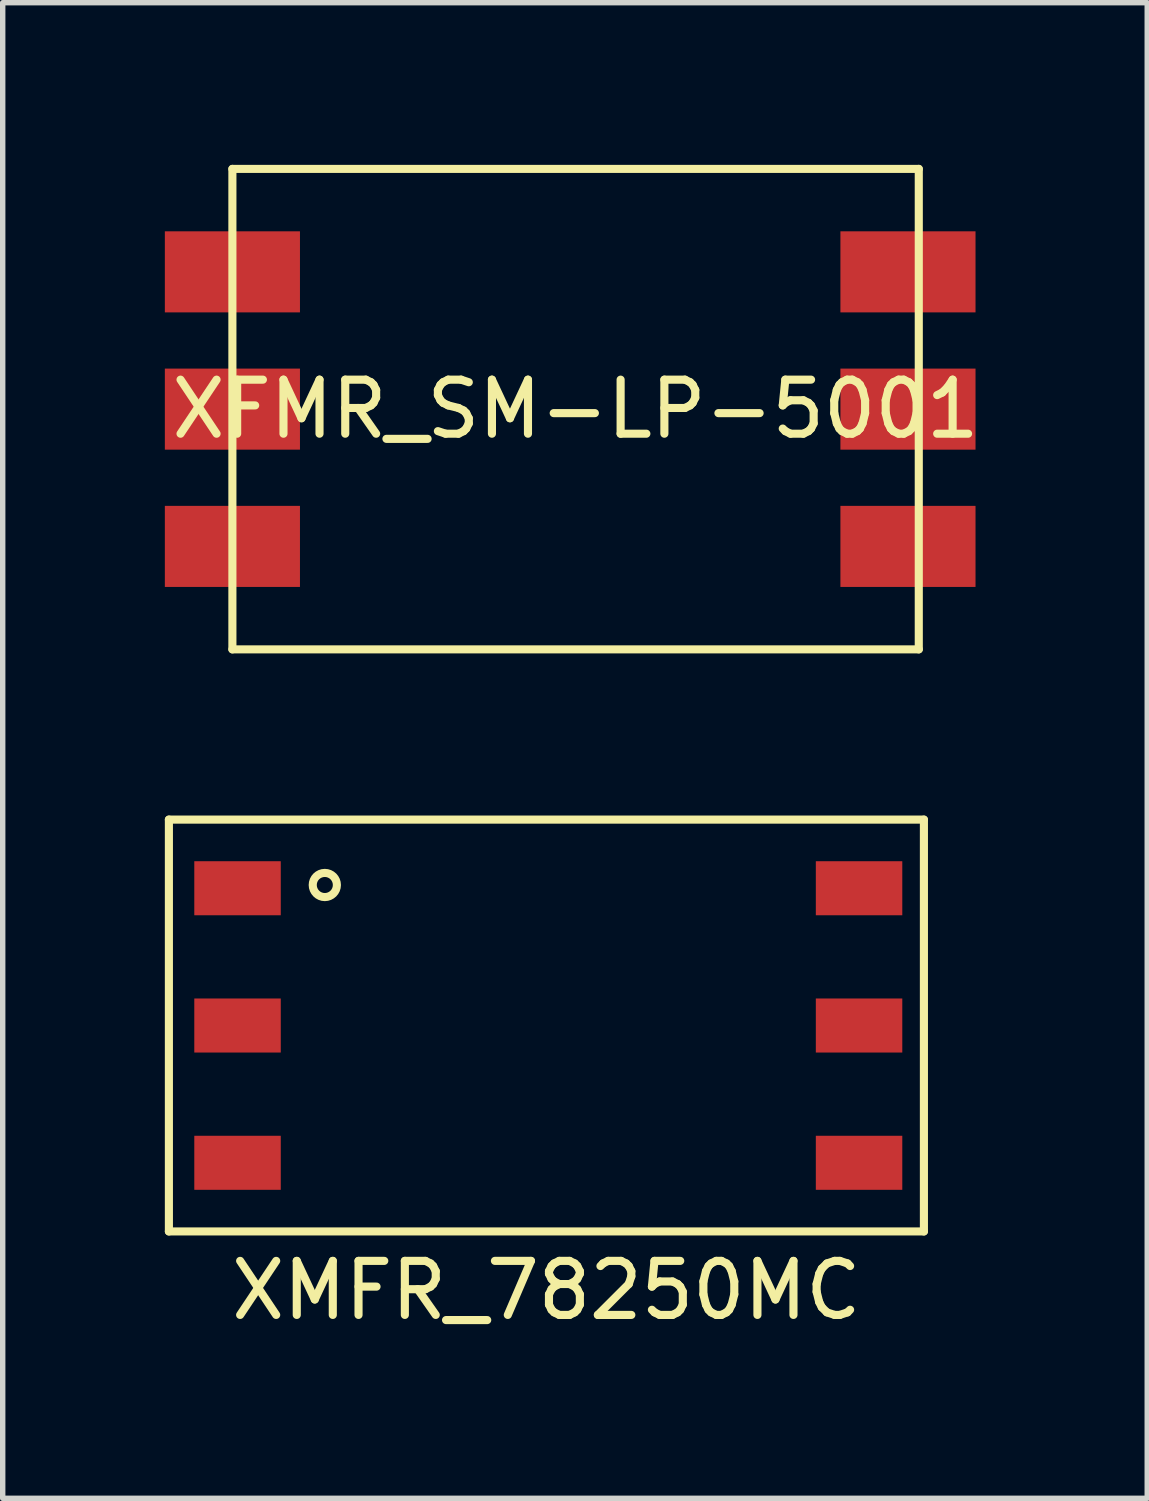
<source format=kicad_pcb>
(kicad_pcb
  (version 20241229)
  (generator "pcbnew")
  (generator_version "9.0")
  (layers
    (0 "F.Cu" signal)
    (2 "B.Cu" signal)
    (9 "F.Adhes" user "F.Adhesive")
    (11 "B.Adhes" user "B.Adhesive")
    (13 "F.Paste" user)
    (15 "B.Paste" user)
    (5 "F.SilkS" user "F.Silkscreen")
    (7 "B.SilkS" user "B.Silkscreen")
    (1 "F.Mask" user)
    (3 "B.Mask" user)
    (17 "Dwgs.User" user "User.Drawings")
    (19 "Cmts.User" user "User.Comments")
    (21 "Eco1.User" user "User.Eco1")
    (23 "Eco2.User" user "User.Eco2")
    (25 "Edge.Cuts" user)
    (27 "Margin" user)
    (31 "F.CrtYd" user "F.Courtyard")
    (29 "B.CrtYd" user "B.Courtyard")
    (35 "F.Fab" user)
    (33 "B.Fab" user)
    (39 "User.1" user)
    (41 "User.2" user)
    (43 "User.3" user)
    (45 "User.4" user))
  (footprint "XMFR_78250MC"
    (layer "F.Cu")
    (at 7.06 15.925)
    (property "Reference" "XMFR_78250MC" (at 0 4.9 0) (layer "F.SilkS") (effects (font (size 1 1) (thickness 0.15))))
    (attr through_hole)
    (fp_line (start -6.985 -3.81) (end -6.985 3.81) (stroke (width 0.15) (type solid)) (layer "F.SilkS"))
    (fp_line (start -6.985 3.81) (end 6.985 3.81) (stroke (width 0.15) (type solid)) (layer "F.SilkS"))
    (fp_line (start 6.985 -3.81) (end -6.985 -3.81) (stroke (width 0.15) (type solid)) (layer "F.SilkS"))
    (fp_line (start 6.985 3.81) (end 6.985 -3.81) (stroke (width 0.15) (type solid)) (layer "F.SilkS"))
    (fp_circle (center -4.1 -2.6) (end -4 -2.4) (stroke (width 0.15) (type solid)) (fill no) (layer "F.SilkS"))
    (pad "1" smd rect (at -5.715 -2.54) (size 1.6 1) (layers "F.Cu" "F.Mask" "F.Paste"))
    (pad "2" smd rect (at -5.715 0) (size 1.6 1) (layers "F.Cu" "F.Mask" "F.Paste"))
    (pad "3" smd rect (at -5.715 2.54) (size 1.6 1) (layers "F.Cu" "F.Mask" "F.Paste"))
    (pad "4" smd rect (at 5.785 2.54) (size 1.6 1) (layers "F.Cu" "F.Mask" "F.Paste"))
    (pad "5" smd rect (at 5.785 0) (size 1.6 1) (layers "F.Cu" "F.Mask" "F.Paste"))
    (pad "6" smd rect (at 5.785 -2.54) (size 1.6 1) (layers "F.Cu" "F.Mask" "F.Paste")))
  (footprint "XFMR_SM-LP-5001"
    (layer "F.Cu")
    (at 7.6 4.52)
    (property "Reference" "XFMR_SM-LP-5001" (at 0 0 0) (layer "F.SilkS") (effects (font (size 1 1) (thickness 0.15))))
    (attr through_hole)
    (fp_line (start -6.35 -4.445) (end -6.35 4.445) (stroke (width 0.15) (type solid)) (layer "F.SilkS"))
    (fp_line (start -6.35 4.445) (end 6.35 4.445) (stroke (width 0.15) (type solid)) (layer "F.SilkS"))
    (fp_line (start 6.35 -4.445) (end -6.35 -4.445) (stroke (width 0.15) (type solid)) (layer "F.SilkS"))
    (fp_line (start 6.35 4.445) (end 6.35 -4.445) (stroke (width 0.15) (type solid)) (layer "F.SilkS"))
    (pad "1" smd rect (at -6.35 -2.54) (size 2.5 1.5) (layers "F.Cu" "F.Mask" "F.Paste"))
    (pad "2" smd rect (at -6.35 0) (size 2.5 1.5) (layers "F.Cu" "F.Mask" "F.Paste"))
    (pad "3" smd rect (at -6.35 2.54) (size 2.5 1.5) (layers "F.Cu" "F.Mask" "F.Paste"))
    (pad "4" smd rect (at 6.15 2.54) (size 2.5 1.5) (layers "F.Cu" "F.Mask" "F.Paste"))
    (pad "5" smd rect (at 6.15 0) (size 2.5 1.5) (layers "F.Cu" "F.Mask" "F.Paste"))
    (pad "6" smd rect (at 6.15 -2.54) (size 2.5 1.5) (layers "F.Cu" "F.Mask" "F.Paste")))
  (gr_rect
    (start -3 -3)
    (end 18.177 24.673)
    (stroke (width 0.1) (type default))
    (fill no)
    (layer "Edge.Cuts")))
</source>
